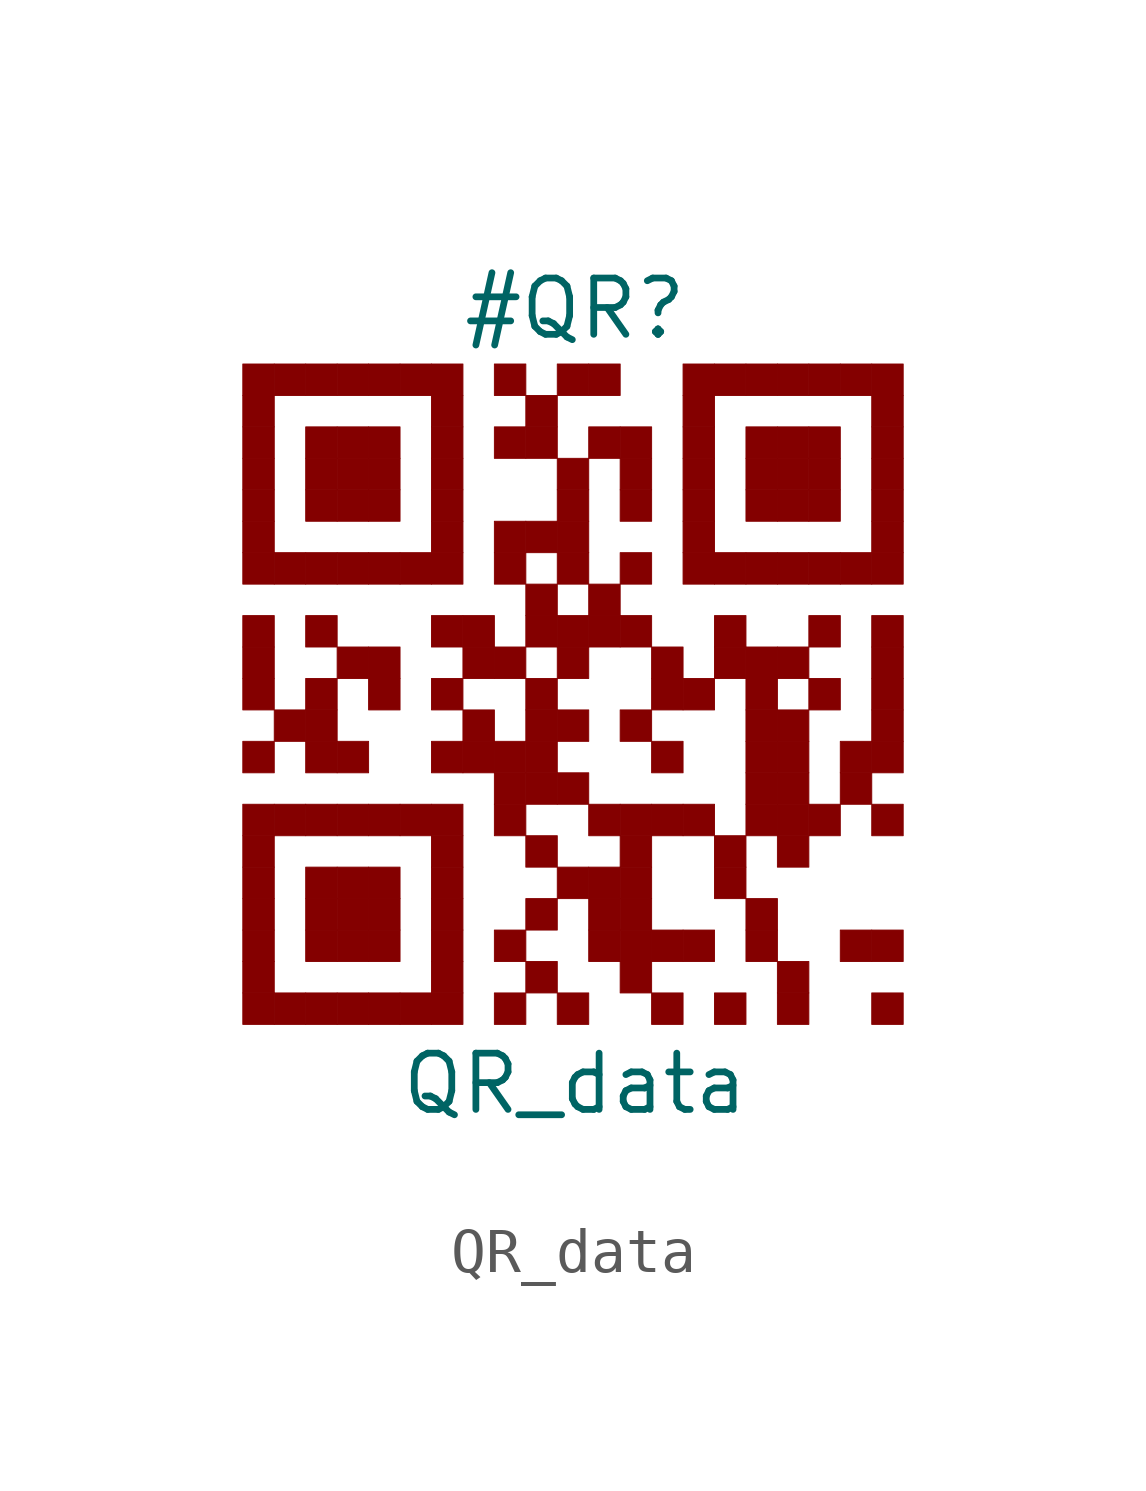
<source format=kicad_sym>
(kicad_symbol_lib
  (version 20211014)
  (generator kibot)
  (symbol "QR_data"
    (pin_numbers hide)
    (pin_names hide)
    (property "Reference" "#QR"
      (at 0 8.75 0))
    (property "Value" "QR_data"
      (at 0 -8.75 0))
    (rectangle
      (start -7.5 7.5)
      (end -6.79 6.79)
      (stroke (width 0.001) (type default) (color 0 0 0 0))
      (fill (type outline)))
    (rectangle
      (start -6.79 7.5)
      (end -6.08 6.79)
      (stroke (width 0.001) (type default) (color 0 0 0 0))
      (fill (type outline)))
    (rectangle
      (start -6.08 7.5)
      (end -5.37 6.79)
      (stroke (width 0.001) (type default) (color 0 0 0 0))
      (fill (type outline)))
    (rectangle
      (start -5.37 7.5)
      (end -4.66 6.79)
      (stroke (width 0.001) (type default) (color 0 0 0 0))
      (fill (type outline)))
    (rectangle
      (start -4.66 7.5)
      (end -3.95 6.79)
      (stroke (width 0.001) (type default) (color 0 0 0 0))
      (fill (type outline)))
    (rectangle
      (start -3.95 7.5)
      (end -3.24 6.79)
      (stroke (width 0.001) (type default) (color 0 0 0 0))
      (fill (type outline)))
    (rectangle
      (start -3.24 7.5)
      (end -2.53 6.79)
      (stroke (width 0.001) (type default) (color 0 0 0 0))
      (fill (type outline)))
    (rectangle
      (start -1.82 7.5)
      (end -1.11 6.79)
      (stroke (width 0.001) (type default) (color 0 0 0 0))
      (fill (type outline)))
    (rectangle
      (start -0.4 7.5)
      (end 0.31 6.79)
      (stroke (width 0.001) (type default) (color 0 0 0 0))
      (fill (type outline)))
    (rectangle
      (start 0.31 7.5)
      (end 1.02 6.79)
      (stroke (width 0.001) (type default) (color 0 0 0 0))
      (fill (type outline)))
    (rectangle
      (start 2.44 7.5)
      (end 3.15 6.79)
      (stroke (width 0.001) (type default) (color 0 0 0 0))
      (fill (type outline)))
    (rectangle
      (start 3.15 7.5)
      (end 3.86 6.79)
      (stroke (width 0.001) (type default) (color 0 0 0 0))
      (fill (type outline)))
    (rectangle
      (start 3.86 7.5)
      (end 4.57 6.79)
      (stroke (width 0.001) (type default) (color 0 0 0 0))
      (fill (type outline)))
    (rectangle
      (start 4.57 7.5)
      (end 5.28 6.79)
      (stroke (width 0.001) (type default) (color 0 0 0 0))
      (fill (type outline)))
    (rectangle
      (start 5.28 7.5)
      (end 5.99 6.79)
      (stroke (width 0.001) (type default) (color 0 0 0 0))
      (fill (type outline)))
    (rectangle
      (start 5.99 7.5)
      (end 6.7 6.79)
      (stroke (width 0.001) (type default) (color 0 0 0 0))
      (fill (type outline)))
    (rectangle
      (start 6.7 7.5)
      (end 7.41 6.79)
      (stroke (width 0.001) (type default) (color 0 0 0 0))
      (fill (type outline)))
    (rectangle
      (start -7.5 6.79)
      (end -6.79 6.08)
      (stroke (width 0.001) (type default) (color 0 0 0 0))
      (fill (type outline)))
    (rectangle
      (start -3.24 6.79)
      (end -2.53 6.08)
      (stroke (width 0.001) (type default) (color 0 0 0 0))
      (fill (type outline)))
    (rectangle
      (start -1.11 6.79)
      (end -0.4 6.08)
      (stroke (width 0.001) (type default) (color 0 0 0 0))
      (fill (type outline)))
    (rectangle
      (start 2.44 6.79)
      (end 3.15 6.08)
      (stroke (width 0.001) (type default) (color 0 0 0 0))
      (fill (type outline)))
    (rectangle
      (start 6.7 6.79)
      (end 7.41 6.08)
      (stroke (width 0.001) (type default) (color 0 0 0 0))
      (fill (type outline)))
    (rectangle
      (start -7.5 6.08)
      (end -6.79 5.37)
      (stroke (width 0.001) (type default) (color 0 0 0 0))
      (fill (type outline)))
    (rectangle
      (start -6.08 6.08)
      (end -5.37 5.37)
      (stroke (width 0.001) (type default) (color 0 0 0 0))
      (fill (type outline)))
    (rectangle
      (start -5.37 6.08)
      (end -4.66 5.37)
      (stroke (width 0.001) (type default) (color 0 0 0 0))
      (fill (type outline)))
    (rectangle
      (start -4.66 6.08)
      (end -3.95 5.37)
      (stroke (width 0.001) (type default) (color 0 0 0 0))
      (fill (type outline)))
    (rectangle
      (start -3.24 6.08)
      (end -2.53 5.37)
      (stroke (width 0.001) (type default) (color 0 0 0 0))
      (fill (type outline)))
    (rectangle
      (start -1.82 6.08)
      (end -1.11 5.37)
      (stroke (width 0.001) (type default) (color 0 0 0 0))
      (fill (type outline)))
    (rectangle
      (start -1.11 6.08)
      (end -0.4 5.37)
      (stroke (width 0.001) (type default) (color 0 0 0 0))
      (fill (type outline)))
    (rectangle
      (start 0.31 6.08)
      (end 1.02 5.37)
      (stroke (width 0.001) (type default) (color 0 0 0 0))
      (fill (type outline)))
    (rectangle
      (start 1.02 6.08)
      (end 1.73 5.37)
      (stroke (width 0.001) (type default) (color 0 0 0 0))
      (fill (type outline)))
    (rectangle
      (start 2.44 6.08)
      (end 3.15 5.37)
      (stroke (width 0.001) (type default) (color 0 0 0 0))
      (fill (type outline)))
    (rectangle
      (start 3.86 6.08)
      (end 4.57 5.37)
      (stroke (width 0.001) (type default) (color 0 0 0 0))
      (fill (type outline)))
    (rectangle
      (start 4.57 6.08)
      (end 5.28 5.37)
      (stroke (width 0.001) (type default) (color 0 0 0 0))
      (fill (type outline)))
    (rectangle
      (start 5.28 6.08)
      (end 5.99 5.37)
      (stroke (width 0.001) (type default) (color 0 0 0 0))
      (fill (type outline)))
    (rectangle
      (start 6.7 6.08)
      (end 7.41 5.37)
      (stroke (width 0.001) (type default) (color 0 0 0 0))
      (fill (type outline)))
    (rectangle
      (start -7.5 5.37)
      (end -6.79 4.66)
      (stroke (width 0.001) (type default) (color 0 0 0 0))
      (fill (type outline)))
    (rectangle
      (start -6.08 5.37)
      (end -5.37 4.66)
      (stroke (width 0.001) (type default) (color 0 0 0 0))
      (fill (type outline)))
    (rectangle
      (start -5.37 5.37)
      (end -4.66 4.66)
      (stroke (width 0.001) (type default) (color 0 0 0 0))
      (fill (type outline)))
    (rectangle
      (start -4.66 5.37)
      (end -3.95 4.66)
      (stroke (width 0.001) (type default) (color 0 0 0 0))
      (fill (type outline)))
    (rectangle
      (start -3.24 5.37)
      (end -2.53 4.66)
      (stroke (width 0.001) (type default) (color 0 0 0 0))
      (fill (type outline)))
    (rectangle
      (start -0.4 5.37)
      (end 0.31 4.66)
      (stroke (width 0.001) (type default) (color 0 0 0 0))
      (fill (type outline)))
    (rectangle
      (start 1.02 5.37)
      (end 1.73 4.66)
      (stroke (width 0.001) (type default) (color 0 0 0 0))
      (fill (type outline)))
    (rectangle
      (start 2.44 5.37)
      (end 3.15 4.66)
      (stroke (width 0.001) (type default) (color 0 0 0 0))
      (fill (type outline)))
    (rectangle
      (start 3.86 5.37)
      (end 4.57 4.66)
      (stroke (width 0.001) (type default) (color 0 0 0 0))
      (fill (type outline)))
    (rectangle
      (start 4.57 5.37)
      (end 5.28 4.66)
      (stroke (width 0.001) (type default) (color 0 0 0 0))
      (fill (type outline)))
    (rectangle
      (start 5.28 5.37)
      (end 5.99 4.66)
      (stroke (width 0.001) (type default) (color 0 0 0 0))
      (fill (type outline)))
    (rectangle
      (start 6.7 5.37)
      (end 7.41 4.66)
      (stroke (width 0.001) (type default) (color 0 0 0 0))
      (fill (type outline)))
    (rectangle
      (start -7.5 4.66)
      (end -6.79 3.95)
      (stroke (width 0.001) (type default) (color 0 0 0 0))
      (fill (type outline)))
    (rectangle
      (start -6.08 4.66)
      (end -5.37 3.95)
      (stroke (width 0.001) (type default) (color 0 0 0 0))
      (fill (type outline)))
    (rectangle
      (start -5.37 4.66)
      (end -4.66 3.95)
      (stroke (width 0.001) (type default) (color 0 0 0 0))
      (fill (type outline)))
    (rectangle
      (start -4.66 4.66)
      (end -3.95 3.95)
      (stroke (width 0.001) (type default) (color 0 0 0 0))
      (fill (type outline)))
    (rectangle
      (start -3.24 4.66)
      (end -2.53 3.95)
      (stroke (width 0.001) (type default) (color 0 0 0 0))
      (fill (type outline)))
    (rectangle
      (start -0.4 4.66)
      (end 0.31 3.95)
      (stroke (width 0.001) (type default) (color 0 0 0 0))
      (fill (type outline)))
    (rectangle
      (start 1.02 4.66)
      (end 1.73 3.95)
      (stroke (width 0.001) (type default) (color 0 0 0 0))
      (fill (type outline)))
    (rectangle
      (start 2.44 4.66)
      (end 3.15 3.95)
      (stroke (width 0.001) (type default) (color 0 0 0 0))
      (fill (type outline)))
    (rectangle
      (start 3.86 4.66)
      (end 4.57 3.95)
      (stroke (width 0.001) (type default) (color 0 0 0 0))
      (fill (type outline)))
    (rectangle
      (start 4.57 4.66)
      (end 5.28 3.95)
      (stroke (width 0.001) (type default) (color 0 0 0 0))
      (fill (type outline)))
    (rectangle
      (start 5.28 4.66)
      (end 5.99 3.95)
      (stroke (width 0.001) (type default) (color 0 0 0 0))
      (fill (type outline)))
    (rectangle
      (start 6.7 4.66)
      (end 7.41 3.95)
      (stroke (width 0.001) (type default) (color 0 0 0 0))
      (fill (type outline)))
    (rectangle
      (start -7.5 3.95)
      (end -6.79 3.24)
      (stroke (width 0.001) (type default) (color 0 0 0 0))
      (fill (type outline)))
    (rectangle
      (start -3.24 3.95)
      (end -2.53 3.24)
      (stroke (width 0.001) (type default) (color 0 0 0 0))
      (fill (type outline)))
    (rectangle
      (start -1.82 3.95)
      (end -1.11 3.24)
      (stroke (width 0.001) (type default) (color 0 0 0 0))
      (fill (type outline)))
    (rectangle
      (start -1.11 3.95)
      (end -0.4 3.24)
      (stroke (width 0.001) (type default) (color 0 0 0 0))
      (fill (type outline)))
    (rectangle
      (start -0.4 3.95)
      (end 0.31 3.24)
      (stroke (width 0.001) (type default) (color 0 0 0 0))
      (fill (type outline)))
    (rectangle
      (start 2.44 3.95)
      (end 3.15 3.24)
      (stroke (width 0.001) (type default) (color 0 0 0 0))
      (fill (type outline)))
    (rectangle
      (start 6.7 3.95)
      (end 7.41 3.24)
      (stroke (width 0.001) (type default) (color 0 0 0 0))
      (fill (type outline)))
    (rectangle
      (start -7.5 3.24)
      (end -6.79 2.53)
      (stroke (width 0.001) (type default) (color 0 0 0 0))
      (fill (type outline)))
    (rectangle
      (start -6.79 3.24)
      (end -6.08 2.53)
      (stroke (width 0.001) (type default) (color 0 0 0 0))
      (fill (type outline)))
    (rectangle
      (start -6.08 3.24)
      (end -5.37 2.53)
      (stroke (width 0.001) (type default) (color 0 0 0 0))
      (fill (type outline)))
    (rectangle
      (start -5.37 3.24)
      (end -4.66 2.53)
      (stroke (width 0.001) (type default) (color 0 0 0 0))
      (fill (type outline)))
    (rectangle
      (start -4.66 3.24)
      (end -3.95 2.53)
      (stroke (width 0.001) (type default) (color 0 0 0 0))
      (fill (type outline)))
    (rectangle
      (start -3.95 3.24)
      (end -3.24 2.53)
      (stroke (width 0.001) (type default) (color 0 0 0 0))
      (fill (type outline)))
    (rectangle
      (start -3.24 3.24)
      (end -2.53 2.53)
      (stroke (width 0.001) (type default) (color 0 0 0 0))
      (fill (type outline)))
    (rectangle
      (start -1.82 3.24)
      (end -1.11 2.53)
      (stroke (width 0.001) (type default) (color 0 0 0 0))
      (fill (type outline)))
    (rectangle
      (start -0.4 3.24)
      (end 0.31 2.53)
      (stroke (width 0.001) (type default) (color 0 0 0 0))
      (fill (type outline)))
    (rectangle
      (start 1.02 3.24)
      (end 1.73 2.53)
      (stroke (width 0.001) (type default) (color 0 0 0 0))
      (fill (type outline)))
    (rectangle
      (start 2.44 3.24)
      (end 3.15 2.53)
      (stroke (width 0.001) (type default) (color 0 0 0 0))
      (fill (type outline)))
    (rectangle
      (start 3.15 3.24)
      (end 3.86 2.53)
      (stroke (width 0.001) (type default) (color 0 0 0 0))
      (fill (type outline)))
    (rectangle
      (start 3.86 3.24)
      (end 4.57 2.53)
      (stroke (width 0.001) (type default) (color 0 0 0 0))
      (fill (type outline)))
    (rectangle
      (start 4.57 3.24)
      (end 5.28 2.53)
      (stroke (width 0.001) (type default) (color 0 0 0 0))
      (fill (type outline)))
    (rectangle
      (start 5.28 3.24)
      (end 5.99 2.53)
      (stroke (width 0.001) (type default) (color 0 0 0 0))
      (fill (type outline)))
    (rectangle
      (start 5.99 3.24)
      (end 6.7 2.53)
      (stroke (width 0.001) (type default) (color 0 0 0 0))
      (fill (type outline)))
    (rectangle
      (start 6.7 3.24)
      (end 7.41 2.53)
      (stroke (width 0.001) (type default) (color 0 0 0 0))
      (fill (type outline)))
    (rectangle
      (start -1.11 2.53)
      (end -0.4 1.82)
      (stroke (width 0.001) (type default) (color 0 0 0 0))
      (fill (type outline)))
    (rectangle
      (start 0.31 2.53)
      (end 1.02 1.82)
      (stroke (width 0.001) (type default) (color 0 0 0 0))
      (fill (type outline)))
    (rectangle
      (start -7.5 1.82)
      (end -6.79 1.11)
      (stroke (width 0.001) (type default) (color 0 0 0 0))
      (fill (type outline)))
    (rectangle
      (start -6.08 1.82)
      (end -5.37 1.11)
      (stroke (width 0.001) (type default) (color 0 0 0 0))
      (fill (type outline)))
    (rectangle
      (start -3.24 1.82)
      (end -2.53 1.11)
      (stroke (width 0.001) (type default) (color 0 0 0 0))
      (fill (type outline)))
    (rectangle
      (start -2.53 1.82)
      (end -1.82 1.11)
      (stroke (width 0.001) (type default) (color 0 0 0 0))
      (fill (type outline)))
    (rectangle
      (start -1.11 1.82)
      (end -0.4 1.11)
      (stroke (width 0.001) (type default) (color 0 0 0 0))
      (fill (type outline)))
    (rectangle
      (start -0.4 1.82)
      (end 0.31 1.11)
      (stroke (width 0.001) (type default) (color 0 0 0 0))
      (fill (type outline)))
    (rectangle
      (start 0.31 1.82)
      (end 1.02 1.11)
      (stroke (width 0.001) (type default) (color 0 0 0 0))
      (fill (type outline)))
    (rectangle
      (start 1.02 1.82)
      (end 1.73 1.11)
      (stroke (width 0.001) (type default) (color 0 0 0 0))
      (fill (type outline)))
    (rectangle
      (start 3.15 1.82)
      (end 3.86 1.11)
      (stroke (width 0.001) (type default) (color 0 0 0 0))
      (fill (type outline)))
    (rectangle
      (start 5.28 1.82)
      (end 5.99 1.11)
      (stroke (width 0.001) (type default) (color 0 0 0 0))
      (fill (type outline)))
    (rectangle
      (start 6.7 1.82)
      (end 7.41 1.11)
      (stroke (width 0.001) (type default) (color 0 0 0 0))
      (fill (type outline)))
    (rectangle
      (start -7.5 1.11)
      (end -6.79 0.4)
      (stroke (width 0.001) (type default) (color 0 0 0 0))
      (fill (type outline)))
    (rectangle
      (start -5.37 1.11)
      (end -4.66 0.4)
      (stroke (width 0.001) (type default) (color 0 0 0 0))
      (fill (type outline)))
    (rectangle
      (start -4.66 1.11)
      (end -3.95 0.4)
      (stroke (width 0.001) (type default) (color 0 0 0 0))
      (fill (type outline)))
    (rectangle
      (start -2.53 1.11)
      (end -1.82 0.4)
      (stroke (width 0.001) (type default) (color 0 0 0 0))
      (fill (type outline)))
    (rectangle
      (start -1.82 1.11)
      (end -1.11 0.4)
      (stroke (width 0.001) (type default) (color 0 0 0 0))
      (fill (type outline)))
    (rectangle
      (start -0.4 1.11)
      (end 0.31 0.4)
      (stroke (width 0.001) (type default) (color 0 0 0 0))
      (fill (type outline)))
    (rectangle
      (start 1.73 1.11)
      (end 2.44 0.4)
      (stroke (width 0.001) (type default) (color 0 0 0 0))
      (fill (type outline)))
    (rectangle
      (start 3.15 1.11)
      (end 3.86 0.4)
      (stroke (width 0.001) (type default) (color 0 0 0 0))
      (fill (type outline)))
    (rectangle
      (start 3.86 1.11)
      (end 4.57 0.4)
      (stroke (width 0.001) (type default) (color 0 0 0 0))
      (fill (type outline)))
    (rectangle
      (start 4.57 1.11)
      (end 5.28 0.4)
      (stroke (width 0.001) (type default) (color 0 0 0 0))
      (fill (type outline)))
    (rectangle
      (start 6.7 1.11)
      (end 7.41 0.4)
      (stroke (width 0.001) (type default) (color 0 0 0 0))
      (fill (type outline)))
    (rectangle
      (start -7.5 0.4)
      (end -6.79 -0.31)
      (stroke (width 0.001) (type default) (color 0 0 0 0))
      (fill (type outline)))
    (rectangle
      (start -6.08 0.4)
      (end -5.37 -0.31)
      (stroke (width 0.001) (type default) (color 0 0 0 0))
      (fill (type outline)))
    (rectangle
      (start -4.66 0.4)
      (end -3.95 -0.31)
      (stroke (width 0.001) (type default) (color 0 0 0 0))
      (fill (type outline)))
    (rectangle
      (start -3.24 0.4)
      (end -2.53 -0.31)
      (stroke (width 0.001) (type default) (color 0 0 0 0))
      (fill (type outline)))
    (rectangle
      (start -1.11 0.4)
      (end -0.4 -0.31)
      (stroke (width 0.001) (type default) (color 0 0 0 0))
      (fill (type outline)))
    (rectangle
      (start 1.73 0.4)
      (end 2.44 -0.31)
      (stroke (width 0.001) (type default) (color 0 0 0 0))
      (fill (type outline)))
    (rectangle
      (start 2.44 0.4)
      (end 3.15 -0.31)
      (stroke (width 0.001) (type default) (color 0 0 0 0))
      (fill (type outline)))
    (rectangle
      (start 3.86 0.4)
      (end 4.57 -0.31)
      (stroke (width 0.001) (type default) (color 0 0 0 0))
      (fill (type outline)))
    (rectangle
      (start 5.28 0.4)
      (end 5.99 -0.31)
      (stroke (width 0.001) (type default) (color 0 0 0 0))
      (fill (type outline)))
    (rectangle
      (start 6.7 0.4)
      (end 7.41 -0.31)
      (stroke (width 0.001) (type default) (color 0 0 0 0))
      (fill (type outline)))
    (rectangle
      (start -6.79 -0.31)
      (end -6.08 -1.02)
      (stroke (width 0.001) (type default) (color 0 0 0 0))
      (fill (type outline)))
    (rectangle
      (start -6.08 -0.31)
      (end -5.37 -1.02)
      (stroke (width 0.001) (type default) (color 0 0 0 0))
      (fill (type outline)))
    (rectangle
      (start -2.53 -0.31)
      (end -1.82 -1.02)
      (stroke (width 0.001) (type default) (color 0 0 0 0))
      (fill (type outline)))
    (rectangle
      (start -1.11 -0.31)
      (end -0.4 -1.02)
      (stroke (width 0.001) (type default) (color 0 0 0 0))
      (fill (type outline)))
    (rectangle
      (start -0.4 -0.31)
      (end 0.31 -1.02)
      (stroke (width 0.001) (type default) (color 0 0 0 0))
      (fill (type outline)))
    (rectangle
      (start 1.02 -0.31)
      (end 1.73 -1.02)
      (stroke (width 0.001) (type default) (color 0 0 0 0))
      (fill (type outline)))
    (rectangle
      (start 3.86 -0.31)
      (end 4.57 -1.02)
      (stroke (width 0.001) (type default) (color 0 0 0 0))
      (fill (type outline)))
    (rectangle
      (start 4.57 -0.31)
      (end 5.28 -1.02)
      (stroke (width 0.001) (type default) (color 0 0 0 0))
      (fill (type outline)))
    (rectangle
      (start 6.7 -0.31)
      (end 7.41 -1.02)
      (stroke (width 0.001) (type default) (color 0 0 0 0))
      (fill (type outline)))
    (rectangle
      (start -7.5 -1.02)
      (end -6.79 -1.73)
      (stroke (width 0.001) (type default) (color 0 0 0 0))
      (fill (type outline)))
    (rectangle
      (start -6.08 -1.02)
      (end -5.37 -1.73)
      (stroke (width 0.001) (type default) (color 0 0 0 0))
      (fill (type outline)))
    (rectangle
      (start -5.37 -1.02)
      (end -4.66 -1.73)
      (stroke (width 0.001) (type default) (color 0 0 0 0))
      (fill (type outline)))
    (rectangle
      (start -3.24 -1.02)
      (end -2.53 -1.73)
      (stroke (width 0.001) (type default) (color 0 0 0 0))
      (fill (type outline)))
    (rectangle
      (start -2.53 -1.02)
      (end -1.82 -1.73)
      (stroke (width 0.001) (type default) (color 0 0 0 0))
      (fill (type outline)))
    (rectangle
      (start -1.82 -1.02)
      (end -1.11 -1.73)
      (stroke (width 0.001) (type default) (color 0 0 0 0))
      (fill (type outline)))
    (rectangle
      (start -1.11 -1.02)
      (end -0.4 -1.73)
      (stroke (width 0.001) (type default) (color 0 0 0 0))
      (fill (type outline)))
    (rectangle
      (start 1.73 -1.02)
      (end 2.44 -1.73)
      (stroke (width 0.001) (type default) (color 0 0 0 0))
      (fill (type outline)))
    (rectangle
      (start 3.86 -1.02)
      (end 4.57 -1.73)
      (stroke (width 0.001) (type default) (color 0 0 0 0))
      (fill (type outline)))
    (rectangle
      (start 4.57 -1.02)
      (end 5.28 -1.73)
      (stroke (width 0.001) (type default) (color 0 0 0 0))
      (fill (type outline)))
    (rectangle
      (start 5.99 -1.02)
      (end 6.7 -1.73)
      (stroke (width 0.001) (type default) (color 0 0 0 0))
      (fill (type outline)))
    (rectangle
      (start 6.7 -1.02)
      (end 7.41 -1.73)
      (stroke (width 0.001) (type default) (color 0 0 0 0))
      (fill (type outline)))
    (rectangle
      (start -1.82 -1.73)
      (end -1.11 -2.44)
      (stroke (width 0.001) (type default) (color 0 0 0 0))
      (fill (type outline)))
    (rectangle
      (start -1.11 -1.73)
      (end -0.4 -2.44)
      (stroke (width 0.001) (type default) (color 0 0 0 0))
      (fill (type outline)))
    (rectangle
      (start -0.4 -1.73)
      (end 0.31 -2.44)
      (stroke (width 0.001) (type default) (color 0 0 0 0))
      (fill (type outline)))
    (rectangle
      (start 3.86 -1.73)
      (end 4.57 -2.44)
      (stroke (width 0.001) (type default) (color 0 0 0 0))
      (fill (type outline)))
    (rectangle
      (start 4.57 -1.73)
      (end 5.28 -2.44)
      (stroke (width 0.001) (type default) (color 0 0 0 0))
      (fill (type outline)))
    (rectangle
      (start 5.99 -1.73)
      (end 6.7 -2.44)
      (stroke (width 0.001) (type default) (color 0 0 0 0))
      (fill (type outline)))
    (rectangle
      (start -7.5 -2.44)
      (end -6.79 -3.15)
      (stroke (width 0.001) (type default) (color 0 0 0 0))
      (fill (type outline)))
    (rectangle
      (start -6.79 -2.44)
      (end -6.08 -3.15)
      (stroke (width 0.001) (type default) (color 0 0 0 0))
      (fill (type outline)))
    (rectangle
      (start -6.08 -2.44)
      (end -5.37 -3.15)
      (stroke (width 0.001) (type default) (color 0 0 0 0))
      (fill (type outline)))
    (rectangle
      (start -5.37 -2.44)
      (end -4.66 -3.15)
      (stroke (width 0.001) (type default) (color 0 0 0 0))
      (fill (type outline)))
    (rectangle
      (start -4.66 -2.44)
      (end -3.95 -3.15)
      (stroke (width 0.001) (type default) (color 0 0 0 0))
      (fill (type outline)))
    (rectangle
      (start -3.95 -2.44)
      (end -3.24 -3.15)
      (stroke (width 0.001) (type default) (color 0 0 0 0))
      (fill (type outline)))
    (rectangle
      (start -3.24 -2.44)
      (end -2.53 -3.15)
      (stroke (width 0.001) (type default) (color 0 0 0 0))
      (fill (type outline)))
    (rectangle
      (start -1.82 -2.44)
      (end -1.11 -3.15)
      (stroke (width 0.001) (type default) (color 0 0 0 0))
      (fill (type outline)))
    (rectangle
      (start 0.31 -2.44)
      (end 1.02 -3.15)
      (stroke (width 0.001) (type default) (color 0 0 0 0))
      (fill (type outline)))
    (rectangle
      (start 1.02 -2.44)
      (end 1.73 -3.15)
      (stroke (width 0.001) (type default) (color 0 0 0 0))
      (fill (type outline)))
    (rectangle
      (start 1.73 -2.44)
      (end 2.44 -3.15)
      (stroke (width 0.001) (type default) (color 0 0 0 0))
      (fill (type outline)))
    (rectangle
      (start 2.44 -2.44)
      (end 3.15 -3.15)
      (stroke (width 0.001) (type default) (color 0 0 0 0))
      (fill (type outline)))
    (rectangle
      (start 3.86 -2.44)
      (end 4.57 -3.15)
      (stroke (width 0.001) (type default) (color 0 0 0 0))
      (fill (type outline)))
    (rectangle
      (start 4.57 -2.44)
      (end 5.28 -3.15)
      (stroke (width 0.001) (type default) (color 0 0 0 0))
      (fill (type outline)))
    (rectangle
      (start 5.28 -2.44)
      (end 5.99 -3.15)
      (stroke (width 0.001) (type default) (color 0 0 0 0))
      (fill (type outline)))
    (rectangle
      (start 6.7 -2.44)
      (end 7.41 -3.15)
      (stroke (width 0.001) (type default) (color 0 0 0 0))
      (fill (type outline)))
    (rectangle
      (start -7.5 -3.15)
      (end -6.79 -3.86)
      (stroke (width 0.001) (type default) (color 0 0 0 0))
      (fill (type outline)))
    (rectangle
      (start -3.24 -3.15)
      (end -2.53 -3.86)
      (stroke (width 0.001) (type default) (color 0 0 0 0))
      (fill (type outline)))
    (rectangle
      (start -1.11 -3.15)
      (end -0.4 -3.86)
      (stroke (width 0.001) (type default) (color 0 0 0 0))
      (fill (type outline)))
    (rectangle
      (start 1.02 -3.15)
      (end 1.73 -3.86)
      (stroke (width 0.001) (type default) (color 0 0 0 0))
      (fill (type outline)))
    (rectangle
      (start 3.15 -3.15)
      (end 3.86 -3.86)
      (stroke (width 0.001) (type default) (color 0 0 0 0))
      (fill (type outline)))
    (rectangle
      (start 4.57 -3.15)
      (end 5.28 -3.86)
      (stroke (width 0.001) (type default) (color 0 0 0 0))
      (fill (type outline)))
    (rectangle
      (start -7.5 -3.86)
      (end -6.79 -4.57)
      (stroke (width 0.001) (type default) (color 0 0 0 0))
      (fill (type outline)))
    (rectangle
      (start -6.08 -3.86)
      (end -5.37 -4.57)
      (stroke (width 0.001) (type default) (color 0 0 0 0))
      (fill (type outline)))
    (rectangle
      (start -5.37 -3.86)
      (end -4.66 -4.57)
      (stroke (width 0.001) (type default) (color 0 0 0 0))
      (fill (type outline)))
    (rectangle
      (start -4.66 -3.86)
      (end -3.95 -4.57)
      (stroke (width 0.001) (type default) (color 0 0 0 0))
      (fill (type outline)))
    (rectangle
      (start -3.24 -3.86)
      (end -2.53 -4.57)
      (stroke (width 0.001) (type default) (color 0 0 0 0))
      (fill (type outline)))
    (rectangle
      (start -0.4 -3.86)
      (end 0.31 -4.57)
      (stroke (width 0.001) (type default) (color 0 0 0 0))
      (fill (type outline)))
    (rectangle
      (start 0.31 -3.86)
      (end 1.02 -4.57)
      (stroke (width 0.001) (type default) (color 0 0 0 0))
      (fill (type outline)))
    (rectangle
      (start 1.02 -3.86)
      (end 1.73 -4.57)
      (stroke (width 0.001) (type default) (color 0 0 0 0))
      (fill (type outline)))
    (rectangle
      (start 3.15 -3.86)
      (end 3.86 -4.57)
      (stroke (width 0.001) (type default) (color 0 0 0 0))
      (fill (type outline)))
    (rectangle
      (start -7.5 -4.57)
      (end -6.79 -5.28)
      (stroke (width 0.001) (type default) (color 0 0 0 0))
      (fill (type outline)))
    (rectangle
      (start -6.08 -4.57)
      (end -5.37 -5.28)
      (stroke (width 0.001) (type default) (color 0 0 0 0))
      (fill (type outline)))
    (rectangle
      (start -5.37 -4.57)
      (end -4.66 -5.28)
      (stroke (width 0.001) (type default) (color 0 0 0 0))
      (fill (type outline)))
    (rectangle
      (start -4.66 -4.57)
      (end -3.95 -5.28)
      (stroke (width 0.001) (type default) (color 0 0 0 0))
      (fill (type outline)))
    (rectangle
      (start -3.24 -4.57)
      (end -2.53 -5.28)
      (stroke (width 0.001) (type default) (color 0 0 0 0))
      (fill (type outline)))
    (rectangle
      (start -1.11 -4.57)
      (end -0.4 -5.28)
      (stroke (width 0.001) (type default) (color 0 0 0 0))
      (fill (type outline)))
    (rectangle
      (start 0.31 -4.57)
      (end 1.02 -5.28)
      (stroke (width 0.001) (type default) (color 0 0 0 0))
      (fill (type outline)))
    (rectangle
      (start 1.02 -4.57)
      (end 1.73 -5.28)
      (stroke (width 0.001) (type default) (color 0 0 0 0))
      (fill (type outline)))
    (rectangle
      (start 3.86 -4.57)
      (end 4.57 -5.28)
      (stroke (width 0.001) (type default) (color 0 0 0 0))
      (fill (type outline)))
    (rectangle
      (start -7.5 -5.28)
      (end -6.79 -5.99)
      (stroke (width 0.001) (type default) (color 0 0 0 0))
      (fill (type outline)))
    (rectangle
      (start -6.08 -5.28)
      (end -5.37 -5.99)
      (stroke (width 0.001) (type default) (color 0 0 0 0))
      (fill (type outline)))
    (rectangle
      (start -5.37 -5.28)
      (end -4.66 -5.99)
      (stroke (width 0.001) (type default) (color 0 0 0 0))
      (fill (type outline)))
    (rectangle
      (start -4.66 -5.28)
      (end -3.95 -5.99)
      (stroke (width 0.001) (type default) (color 0 0 0 0))
      (fill (type outline)))
    (rectangle
      (start -3.24 -5.28)
      (end -2.53 -5.99)
      (stroke (width 0.001) (type default) (color 0 0 0 0))
      (fill (type outline)))
    (rectangle
      (start -1.82 -5.28)
      (end -1.11 -5.99)
      (stroke (width 0.001) (type default) (color 0 0 0 0))
      (fill (type outline)))
    (rectangle
      (start 0.31 -5.28)
      (end 1.02 -5.99)
      (stroke (width 0.001) (type default) (color 0 0 0 0))
      (fill (type outline)))
    (rectangle
      (start 1.02 -5.28)
      (end 1.73 -5.99)
      (stroke (width 0.001) (type default) (color 0 0 0 0))
      (fill (type outline)))
    (rectangle
      (start 1.73 -5.28)
      (end 2.44 -5.99)
      (stroke (width 0.001) (type default) (color 0 0 0 0))
      (fill (type outline)))
    (rectangle
      (start 2.44 -5.28)
      (end 3.15 -5.99)
      (stroke (width 0.001) (type default) (color 0 0 0 0))
      (fill (type outline)))
    (rectangle
      (start 3.86 -5.28)
      (end 4.57 -5.99)
      (stroke (width 0.001) (type default) (color 0 0 0 0))
      (fill (type outline)))
    (rectangle
      (start 5.99 -5.28)
      (end 6.7 -5.99)
      (stroke (width 0.001) (type default) (color 0 0 0 0))
      (fill (type outline)))
    (rectangle
      (start 6.7 -5.28)
      (end 7.41 -5.99)
      (stroke (width 0.001) (type default) (color 0 0 0 0))
      (fill (type outline)))
    (rectangle
      (start -7.5 -5.99)
      (end -6.79 -6.7)
      (stroke (width 0.001) (type default) (color 0 0 0 0))
      (fill (type outline)))
    (rectangle
      (start -3.24 -5.99)
      (end -2.53 -6.7)
      (stroke (width 0.001) (type default) (color 0 0 0 0))
      (fill (type outline)))
    (rectangle
      (start -1.11 -5.99)
      (end -0.4 -6.7)
      (stroke (width 0.001) (type default) (color 0 0 0 0))
      (fill (type outline)))
    (rectangle
      (start 1.02 -5.99)
      (end 1.73 -6.7)
      (stroke (width 0.001) (type default) (color 0 0 0 0))
      (fill (type outline)))
    (rectangle
      (start 4.57 -5.99)
      (end 5.28 -6.7)
      (stroke (width 0.001) (type default) (color 0 0 0 0))
      (fill (type outline)))
    (rectangle
      (start -7.5 -6.7)
      (end -6.79 -7.41)
      (stroke (width 0.001) (type default) (color 0 0 0 0))
      (fill (type outline)))
    (rectangle
      (start -6.79 -6.7)
      (end -6.08 -7.41)
      (stroke (width 0.001) (type default) (color 0 0 0 0))
      (fill (type outline)))
    (rectangle
      (start -6.08 -6.7)
      (end -5.37 -7.41)
      (stroke (width 0.001) (type default) (color 0 0 0 0))
      (fill (type outline)))
    (rectangle
      (start -5.37 -6.7)
      (end -4.66 -7.41)
      (stroke (width 0.001) (type default) (color 0 0 0 0))
      (fill (type outline)))
    (rectangle
      (start -4.66 -6.7)
      (end -3.95 -7.41)
      (stroke (width 0.001) (type default) (color 0 0 0 0))
      (fill (type outline)))
    (rectangle
      (start -3.95 -6.7)
      (end -3.24 -7.41)
      (stroke (width 0.001) (type default) (color 0 0 0 0))
      (fill (type outline)))
    (rectangle
      (start -3.24 -6.7)
      (end -2.53 -7.41)
      (stroke (width 0.001) (type default) (color 0 0 0 0))
      (fill (type outline)))
    (rectangle
      (start -1.82 -6.7)
      (end -1.11 -7.41)
      (stroke (width 0.001) (type default) (color 0 0 0 0))
      (fill (type outline)))
    (rectangle
      (start -0.4 -6.7)
      (end 0.31 -7.41)
      (stroke (width 0.001) (type default) (color 0 0 0 0))
      (fill (type outline)))
    (rectangle
      (start 1.73 -6.7)
      (end 2.44 -7.41)
      (stroke (width 0.001) (type default) (color 0 0 0 0))
      (fill (type outline)))
    (rectangle
      (start 3.15 -6.7)
      (end 3.86 -7.41)
      (stroke (width 0.001) (type default) (color 0 0 0 0))
      (fill (type outline)))
    (rectangle
      (start 4.57 -6.7)
      (end 5.28 -7.41)
      (stroke (width 0.001) (type default) (color 0 0 0 0))
      (fill (type outline)))
    (rectangle
      (start 6.7 -6.7)
      (end 7.41 -7.41)
      (stroke (width 0.001) (type default) (color 0 0 0 0))
      (fill (type outline)))))
</source>
